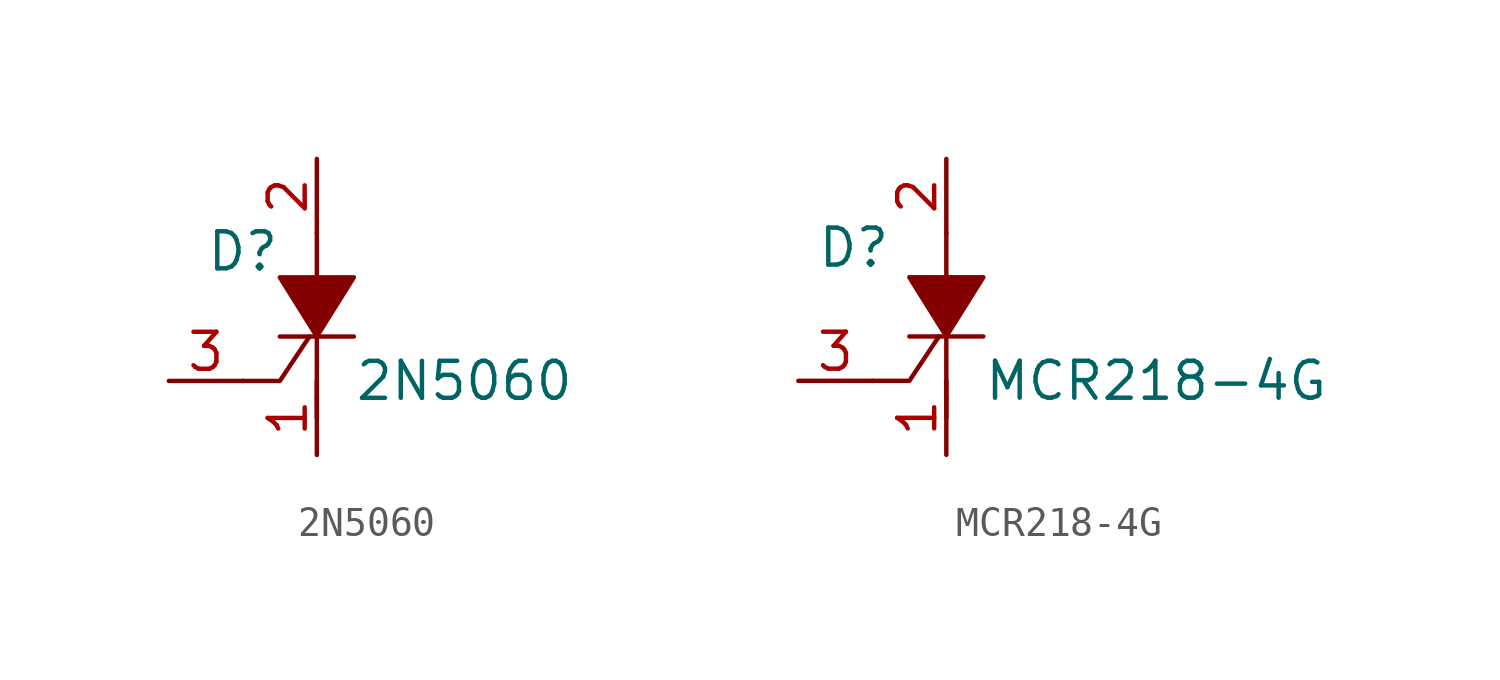
<source format=kicad_sym>
(kicad_symbol_lib
  (version 20211014)
  (generator kicad_symbol_editor)
  (symbol "2N5060"
    (pin_names
      (offset 0) hide)
    (property "Reference" "D"
      (at -2.54 1.905 0)
      (effects (font (size 1.27 1.27))))
    (property "Value" "2N5060"
      (at 1.27 -2.54 0)
      (effects (font (size 1.27 1.27)) (justify left)))
    (symbol "2N5060_0_1"
      (polyline (pts (xy -1.27 -1.016) (xy 1.27 -1.016)) (stroke (width 0) (type default) (color 0 0 0 0)) (fill (type none)))
      (polyline (pts (xy 0 -3.175) (xy 0 -3.81)) (stroke (width 0) (type default) (color 0 0 0 0)) (fill (type none)))
      (polyline (pts (xy 0 -3.175) (xy 0 -0.635)) (stroke (width 0) (type default) (color 0 0 0 0)) (fill (type none)))
      (polyline (pts (xy 0 0.635) (xy 0 2.54)) (stroke (width 0) (type default) (color 0 0 0 0)) (fill (type none)))
      (polyline (pts (xy -0.254 -1.016) (xy -1.27 -2.54) (xy -2.54 -2.54)) (stroke (width 0) (type default) (color 0 0 0 0)) (fill (type none)))
      (polyline (pts (xy 0 -1.016) (xy -1.27 1.016) (xy 1.27 1.016) (xy 0 -1.016)) (stroke (width 0) (type default) (color 0 0 0 0)) (fill (type outline))))
    (symbol "2N5060_1_1"
      (pin passive line (at 0 -5.08 90) (length 2.54) (name "C" (effects (font (size 1.27 1.27)))) (number "1" (effects (font (size 1.27 1.27)))))
      (pin passive line (at 0 5.08 270) (length 2.54) (name "A" (effects (font (size 1.27 1.27)))) (number "2" (effects (font (size 1.27 1.27)))))
      (pin input line (at -5.08 -2.54 0) (length 2.54) (name "G" (effects (font (size 1.27 1.27)))) (number "3" (effects (font (size 1.27 1.27)))))))
  (symbol "MCR218-4G"
    (pin_names
      (offset 0) hide)
    (property "Reference" "D"
      (at -3.175 2.032 0)
      (effects (font (size 1.27 1.27))))
    (property "Value" "MCR218-4G"
      (at 1.27 -2.54 0)
      (effects (font (size 1.27 1.27)) (justify left)))
    (symbol "MCR218-4G_0_1"
      (polyline (pts (xy -1.27 -1.016) (xy 1.27 -1.016)) (stroke (width 0) (type default) (color 0 0 0 0)) (fill (type none)))
      (polyline (pts (xy 0 -3.175) (xy 0 -3.81)) (stroke (width 0) (type default) (color 0 0 0 0)) (fill (type none)))
      (polyline (pts (xy 0 -3.175) (xy 0 -0.635)) (stroke (width 0) (type default) (color 0 0 0 0)) (fill (type none)))
      (polyline (pts (xy 0 0.635) (xy 0 2.54)) (stroke (width 0) (type default) (color 0 0 0 0)) (fill (type none)))
      (polyline (pts (xy -0.254 -1.016) (xy -1.27 -2.54) (xy -2.54 -2.54)) (stroke (width 0) (type default) (color 0 0 0 0)) (fill (type none)))
      (polyline (pts (xy 0 -1.016) (xy -1.27 1.016) (xy 1.27 1.016) (xy 0 -1.016)) (stroke (width 0) (type default) (color 0 0 0 0)) (fill (type outline))))
    (symbol "MCR218-4G_1_1"
      (pin passive line (at 0 -5.08 90) (length 2.54) (name "C" (effects (font (size 1.27 1.27)))) (number "1" (effects (font (size 1.27 1.27)))))
      (pin passive line (at 0 5.08 270) (length 2.54) (name "A" (effects (font (size 1.27 1.27)))) (number "2" (effects (font (size 1.27 1.27)))))
      (pin input line (at -5.08 -2.54 0) (length 2.54) (name "G" (effects (font (size 1.27 1.27)))) (number "3" (effects (font (size 1.27 1.27))))))))
</source>
